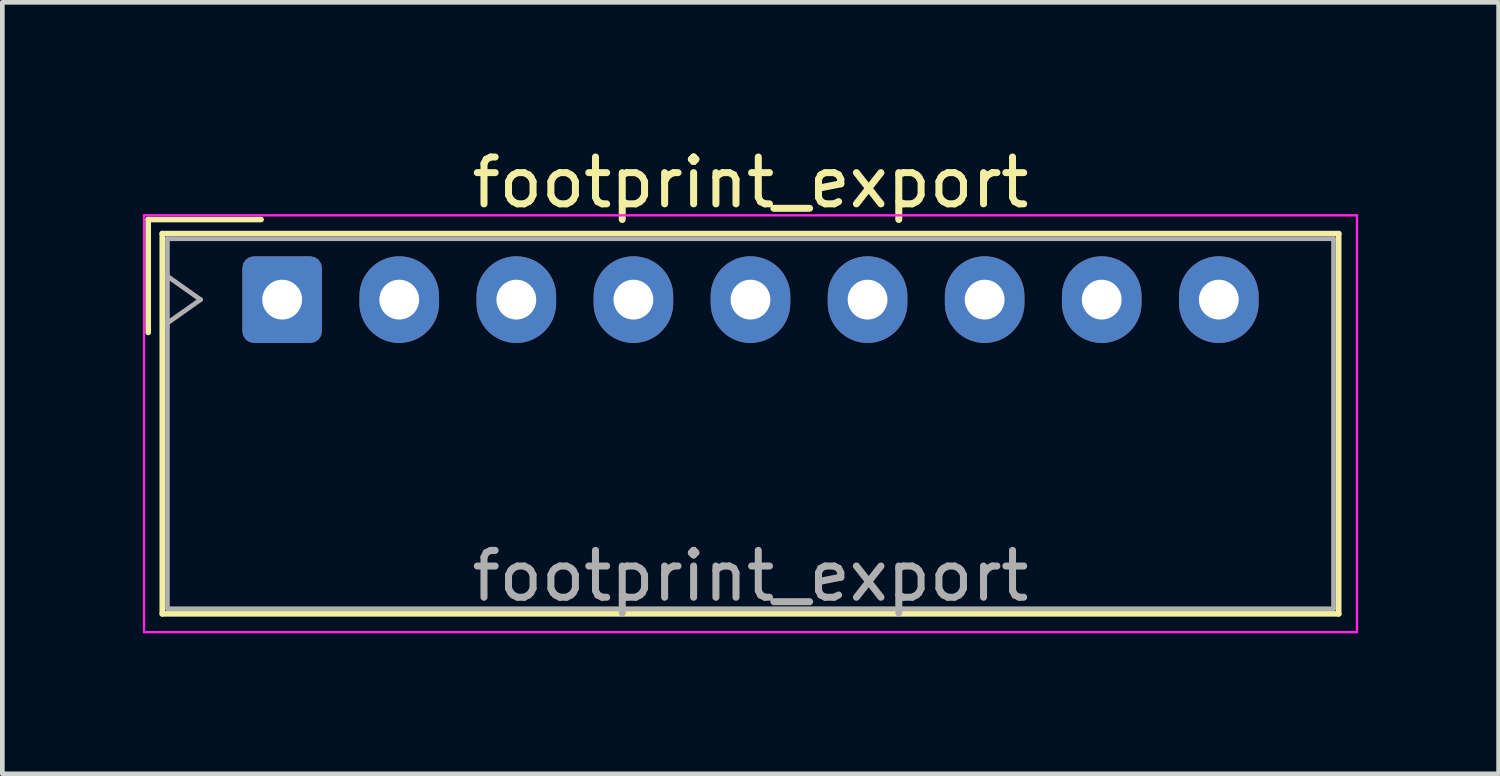
<source format=kicad_pcb>
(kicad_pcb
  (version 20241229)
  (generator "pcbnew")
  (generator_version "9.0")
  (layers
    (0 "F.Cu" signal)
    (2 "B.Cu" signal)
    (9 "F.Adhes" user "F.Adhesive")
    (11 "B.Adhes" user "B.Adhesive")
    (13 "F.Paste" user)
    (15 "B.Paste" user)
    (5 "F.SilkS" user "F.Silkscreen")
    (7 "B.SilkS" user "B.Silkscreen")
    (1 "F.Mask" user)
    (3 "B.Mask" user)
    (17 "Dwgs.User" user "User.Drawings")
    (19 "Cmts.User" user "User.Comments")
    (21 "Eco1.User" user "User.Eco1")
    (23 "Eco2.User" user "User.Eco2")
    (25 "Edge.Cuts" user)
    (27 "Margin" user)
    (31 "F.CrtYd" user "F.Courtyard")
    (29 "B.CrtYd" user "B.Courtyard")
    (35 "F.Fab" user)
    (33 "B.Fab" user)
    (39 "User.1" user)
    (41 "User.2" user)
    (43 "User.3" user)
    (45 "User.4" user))
  (footprint "footprint_export"
    (layer "F.Cu")
    (at 2.975 3.348)
    (property "Reference" "footprint_export" (at 10 -2.5 0) (layer "F.SilkS") (effects (font (size 1 1) (thickness 0.15))))
    (attr through_hole)
    (fp_line (start -2.86 -1.71) (end -0.45 -1.71) (stroke (width 0.12) (type solid)) (layer "F.SilkS"))
    (fp_line (start -2.86 0.7) (end -2.86 -1.71) (stroke (width 0.12) (type solid)) (layer "F.SilkS"))
    (fp_line (start -2.56 -1.41) (end -2.56 6.71) (stroke (width 0.12) (type solid)) (layer "F.SilkS"))
    (fp_line (start -2.56 6.71) (end 22.56 6.71) (stroke (width 0.12) (type solid)) (layer "F.SilkS"))
    (fp_line (start 22.56 -1.41) (end -2.56 -1.41) (stroke (width 0.12) (type solid)) (layer "F.SilkS"))
    (fp_line (start 22.56 6.71) (end 22.56 -1.41) (stroke (width 0.12) (type solid)) (layer "F.SilkS"))
    (fp_line (start -2.95 -1.8) (end -2.95 7.1) (stroke (width 0.05) (type solid)) (layer "F.CrtYd"))
    (fp_line (start -2.95 7.1) (end 22.95 7.1) (stroke (width 0.05) (type solid)) (layer "F.CrtYd"))
    (fp_line (start 22.95 -1.8) (end -2.95 -1.8) (stroke (width 0.05) (type solid)) (layer "F.CrtYd"))
    (fp_line (start 22.95 7.1) (end 22.95 -1.8) (stroke (width 0.05) (type solid)) (layer "F.CrtYd"))
    (fp_line (start -2.45 -1.3) (end -2.45 6.6) (stroke (width 0.1) (type solid)) (layer "F.Fab"))
    (fp_line (start -2.45 0.5) (end -1.743 0) (stroke (width 0.1) (type solid)) (layer "F.Fab"))
    (fp_line (start -2.45 6.6) (end 22.45 6.6) (stroke (width 0.1) (type solid)) (layer "F.Fab"))
    (fp_line (start -1.743 0) (end -2.45 -0.5) (stroke (width 0.1) (type solid)) (layer "F.Fab"))
    (fp_line (start 22.45 -1.3) (end -2.45 -1.3) (stroke (width 0.1) (type solid)) (layer "F.Fab"))
    (fp_line (start 22.45 6.6) (end 22.45 -1.3) (stroke (width 0.1) (type solid)) (layer "F.Fab"))
    (fp_text user "${REFERENCE}" (at 10 5.9 0) (layer "F.Fab") (effects (font (size 1 1) (thickness 0.15))))
    (pad "1" thru_hole roundrect (at 0 0) (size 1.7 1.85) (drill 0.85) (layers "*.Cu" "*.Mask") (roundrect_rratio 0.147))
    (pad "2" thru_hole oval (at 2.5 0) (size 1.7 1.85) (drill 0.85) (layers "*.Cu" "*.Mask"))
    (pad "3" thru_hole oval (at 5 0) (size 1.7 1.85) (drill 0.85) (layers "*.Cu" "*.Mask"))
    (pad "4" thru_hole oval (at 7.5 0) (size 1.7 1.85) (drill 0.85) (layers "*.Cu" "*.Mask"))
    (pad "5" thru_hole oval (at 10 0) (size 1.7 1.85) (drill 0.85) (layers "*.Cu" "*.Mask"))
    (pad "6" thru_hole oval (at 12.5 0) (size 1.7 1.85) (drill 0.85) (layers "*.Cu" "*.Mask"))
    (pad "7" thru_hole oval (at 15 0) (size 1.7 1.85) (drill 0.85) (layers "*.Cu" "*.Mask"))
    (pad "8" thru_hole oval (at 17.5 0) (size 1.7 1.85) (drill 0.85) (layers "*.Cu" "*.Mask"))
    (pad "9" thru_hole oval (at 20 0) (size 1.7 1.85) (drill 0.85) (layers "*.Cu" "*.Mask")))
  (gr_rect
    (start -3 -3)
    (end 28.95 13.473)
    (stroke (width 0.1) (type default))
    (fill no)
    (layer "Edge.Cuts")))
</source>
